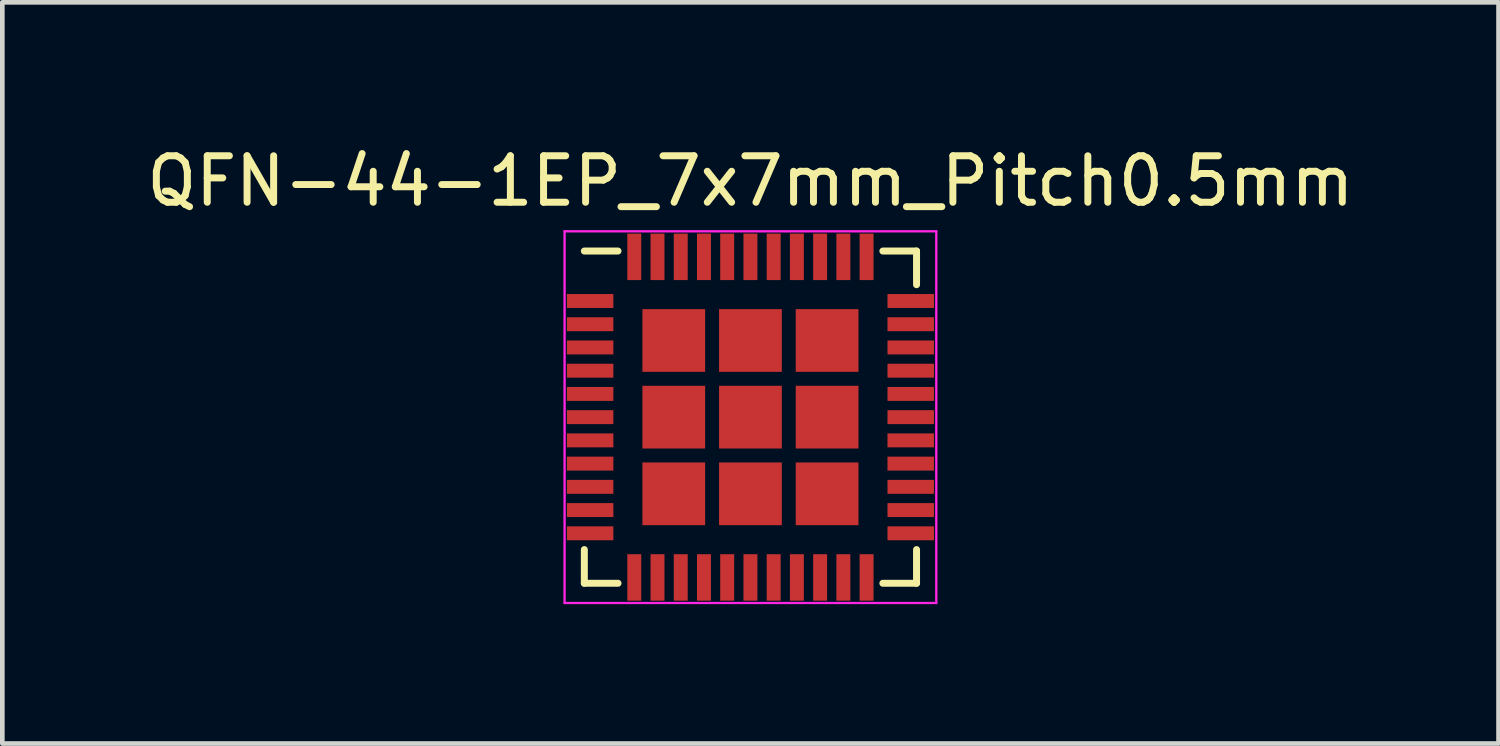
<source format=kicad_pcb>
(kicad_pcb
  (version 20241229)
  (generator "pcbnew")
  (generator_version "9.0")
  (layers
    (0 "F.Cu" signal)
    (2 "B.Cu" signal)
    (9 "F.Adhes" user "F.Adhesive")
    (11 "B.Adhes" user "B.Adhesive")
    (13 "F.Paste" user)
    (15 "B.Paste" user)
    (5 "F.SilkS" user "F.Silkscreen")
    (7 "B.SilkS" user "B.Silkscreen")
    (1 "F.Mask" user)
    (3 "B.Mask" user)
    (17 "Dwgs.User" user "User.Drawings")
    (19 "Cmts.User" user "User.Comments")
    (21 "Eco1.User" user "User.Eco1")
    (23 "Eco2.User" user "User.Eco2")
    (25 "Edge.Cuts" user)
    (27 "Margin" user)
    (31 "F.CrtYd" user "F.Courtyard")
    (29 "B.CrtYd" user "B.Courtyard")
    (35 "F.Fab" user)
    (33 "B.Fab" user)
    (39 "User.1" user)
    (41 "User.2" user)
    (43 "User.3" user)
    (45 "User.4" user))
  (footprint "QFN-44-1EP_7x7mm_Pitch0.5mm"
    (layer "F.Cu")
    (at 13.101 5.928)
    (property "Reference" "QFN-44-1EP_7x7mm_Pitch0.5mm" (at 0 -5.08 0) (layer "F.SilkS") (effects (font (size 1 1) (thickness 0.15))))
    (attr smd)
    (fp_line (start -3.575 -3.575) (end -2.85 -3.575) (stroke (width 0.15) (type solid)) (layer "F.SilkS"))
    (fp_line (start -3.575 3.575) (end -3.575 2.85) (stroke (width 0.15) (type solid)) (layer "F.SilkS"))
    (fp_line (start -3.575 3.575) (end -2.85 3.575) (stroke (width 0.15) (type solid)) (layer "F.SilkS"))
    (fp_line (start 3.575 -3.575) (end 2.85 -3.575) (stroke (width 0.15) (type solid)) (layer "F.SilkS"))
    (fp_line (start 3.575 -3.575) (end 3.575 -2.85) (stroke (width 0.15) (type solid)) (layer "F.SilkS"))
    (fp_line (start 3.575 3.575) (end 2.85 3.575) (stroke (width 0.15) (type solid)) (layer "F.SilkS"))
    (fp_line (start 3.575 3.575) (end 3.575 2.85) (stroke (width 0.15) (type solid)) (layer "F.SilkS"))
    (fp_line (start -4 -4) (end -4 4) (stroke (width 0.05) (type solid)) (layer "F.CrtYd"))
    (fp_line (start -4 -4) (end 4 -4) (stroke (width 0.05) (type solid)) (layer "F.CrtYd"))
    (fp_line (start -4 4) (end 4 4) (stroke (width 0.05) (type solid)) (layer "F.CrtYd"))
    (fp_line (start 4 -4) (end 4 4) (stroke (width 0.05) (type solid)) (layer "F.CrtYd"))
    (pad "1" smd rect (at -3.45 -2.5) (size 1 0.3) (layers "F.Cu" "F.Mask" "F.Paste"))
    (pad "2" smd rect (at -3.45 -2) (size 1 0.3) (layers "F.Cu" "F.Mask" "F.Paste"))
    (pad "3" smd rect (at -3.45 -1.5) (size 1 0.3) (layers "F.Cu" "F.Mask" "F.Paste"))
    (pad "4" smd rect (at -3.45 -1) (size 1 0.3) (layers "F.Cu" "F.Mask" "F.Paste"))
    (pad "5" smd rect (at -3.45 -0.5) (size 1 0.3) (layers "F.Cu" "F.Mask" "F.Paste"))
    (pad "6" smd rect (at -3.45 0) (size 1 0.3) (layers "F.Cu" "F.Mask" "F.Paste"))
    (pad "7" smd rect (at -3.45 0.5) (size 1 0.3) (layers "F.Cu" "F.Mask" "F.Paste"))
    (pad "8" smd rect (at -3.45 1) (size 1 0.3) (layers "F.Cu" "F.Mask" "F.Paste"))
    (pad "9" smd rect (at -3.45 1.5) (size 1 0.3) (layers "F.Cu" "F.Mask" "F.Paste"))
    (pad "10" smd rect (at -3.45 2) (size 1 0.3) (layers "F.Cu" "F.Mask" "F.Paste"))
    (pad "11" smd rect (at -3.45 2.5) (size 1 0.3) (layers "F.Cu" "F.Mask" "F.Paste"))
    (pad "12" smd rect (at -2.5 3.45 90) (size 1 0.3) (layers "F.Cu" "F.Mask" "F.Paste"))
    (pad "13" smd rect (at -2 3.45 90) (size 1 0.3) (layers "F.Cu" "F.Mask" "F.Paste"))
    (pad "14" smd rect (at -1.5 3.45 90) (size 1 0.3) (layers "F.Cu" "F.Mask" "F.Paste"))
    (pad "15" smd rect (at -1 3.45 90) (size 1 0.3) (layers "F.Cu" "F.Mask" "F.Paste"))
    (pad "16" smd rect (at -0.5 3.45 90) (size 1 0.3) (layers "F.Cu" "F.Mask" "F.Paste"))
    (pad "17" smd rect (at 0 3.45 90) (size 1 0.3) (layers "F.Cu" "F.Mask" "F.Paste"))
    (pad "18" smd rect (at 0.5 3.45 90) (size 1 0.3) (layers "F.Cu" "F.Mask" "F.Paste"))
    (pad "19" smd rect (at 1 3.45 90) (size 1 0.3) (layers "F.Cu" "F.Mask" "F.Paste"))
    (pad "20" smd rect (at 1.5 3.45 90) (size 1 0.3) (layers "F.Cu" "F.Mask" "F.Paste"))
    (pad "21" smd rect (at 2 3.45 90) (size 1 0.3) (layers "F.Cu" "F.Mask" "F.Paste"))
    (pad "22" smd rect (at 2.5 3.45 90) (size 1 0.3) (layers "F.Cu" "F.Mask" "F.Paste"))
    (pad "23" smd rect (at 3.45 2.5) (size 1 0.3) (layers "F.Cu" "F.Mask" "F.Paste"))
    (pad "24" smd rect (at 3.45 2) (size 1 0.3) (layers "F.Cu" "F.Mask" "F.Paste"))
    (pad "25" smd rect (at 3.45 1.5) (size 1 0.3) (layers "F.Cu" "F.Mask" "F.Paste"))
    (pad "26" smd rect (at 3.45 1) (size 1 0.3) (layers "F.Cu" "F.Mask" "F.Paste"))
    (pad "27" smd rect (at 3.45 0.5) (size 1 0.3) (layers "F.Cu" "F.Mask" "F.Paste"))
    (pad "28" smd rect (at 3.45 0) (size 1 0.3) (layers "F.Cu" "F.Mask" "F.Paste"))
    (pad "29" smd rect (at 3.45 -0.5) (size 1 0.3) (layers "F.Cu" "F.Mask" "F.Paste"))
    (pad "30" smd rect (at 3.45 -1) (size 1 0.3) (layers "F.Cu" "F.Mask" "F.Paste"))
    (pad "31" smd rect (at 3.45 -1.5) (size 1 0.3) (layers "F.Cu" "F.Mask" "F.Paste"))
    (pad "32" smd rect (at 3.45 -2) (size 1 0.3) (layers "F.Cu" "F.Mask" "F.Paste"))
    (pad "33" smd rect (at 3.45 -2.5) (size 1 0.3) (layers "F.Cu" "F.Mask" "F.Paste"))
    (pad "34" smd rect (at 2.5 -3.45 90) (size 1 0.3) (layers "F.Cu" "F.Mask" "F.Paste"))
    (pad "35" smd rect (at 2 -3.45 90) (size 1 0.3) (layers "F.Cu" "F.Mask" "F.Paste"))
    (pad "36" smd rect (at 1.5 -3.45 90) (size 1 0.3) (layers "F.Cu" "F.Mask" "F.Paste"))
    (pad "37" smd rect (at 1 -3.45 90) (size 1 0.3) (layers "F.Cu" "F.Mask" "F.Paste"))
    (pad "38" smd rect (at 0.5 -3.45 90) (size 1 0.3) (layers "F.Cu" "F.Mask" "F.Paste"))
    (pad "39" smd rect (at 0 -3.45 90) (size 1 0.3) (layers "F.Cu" "F.Mask" "F.Paste"))
    (pad "40" smd rect (at -0.5 -3.45 90) (size 1 0.3) (layers "F.Cu" "F.Mask" "F.Paste"))
    (pad "41" smd rect (at -1 -3.45 90) (size 1 0.3) (layers "F.Cu" "F.Mask" "F.Paste"))
    (pad "42" smd rect (at -1.5 -3.45 90) (size 1 0.3) (layers "F.Cu" "F.Mask" "F.Paste"))
    (pad "43" smd rect (at -2 -3.45 90) (size 1 0.3) (layers "F.Cu" "F.Mask" "F.Paste"))
    (pad "44" smd rect (at -2.5 -3.45 90) (size 1 0.3) (layers "F.Cu" "F.Mask" "F.Paste"))
    (pad "45" smd rect (at -1.65 -1.65) (size 1.35 1.35) (layers "F.Cu" "F.Mask" "F.Paste"))
    (pad "45" smd rect (at -1.65 0) (size 1.35 1.35) (layers "F.Cu" "F.Mask" "F.Paste"))
    (pad "45" smd rect (at -1.65 1.65) (size 1.35 1.35) (layers "F.Cu" "F.Mask" "F.Paste"))
    (pad "45" smd rect (at 0 -1.65) (size 1.35 1.35) (layers "F.Cu" "F.Mask" "F.Paste"))
    (pad "45" smd rect (at 0 0) (size 1.35 1.35) (layers "F.Cu" "F.Mask" "F.Paste"))
    (pad "45" smd rect (at 0 1.65) (size 1.35 1.35) (layers "F.Cu" "F.Mask" "F.Paste"))
    (pad "45" smd rect (at 1.65 -1.65) (size 1.35 1.35) (layers "F.Cu" "F.Mask" "F.Paste"))
    (pad "45" smd rect (at 1.65 0) (size 1.35 1.35) (layers "F.Cu" "F.Mask" "F.Paste"))
    (pad "45" smd rect (at 1.65 1.65) (size 1.35 1.35) (layers "F.Cu" "F.Mask" "F.Paste")))
  (gr_rect
    (start -3 -3)
    (end 29.202 12.953)
    (stroke (width 0.1) (type default))
    (fill no)
    (layer "Edge.Cuts")))
</source>
